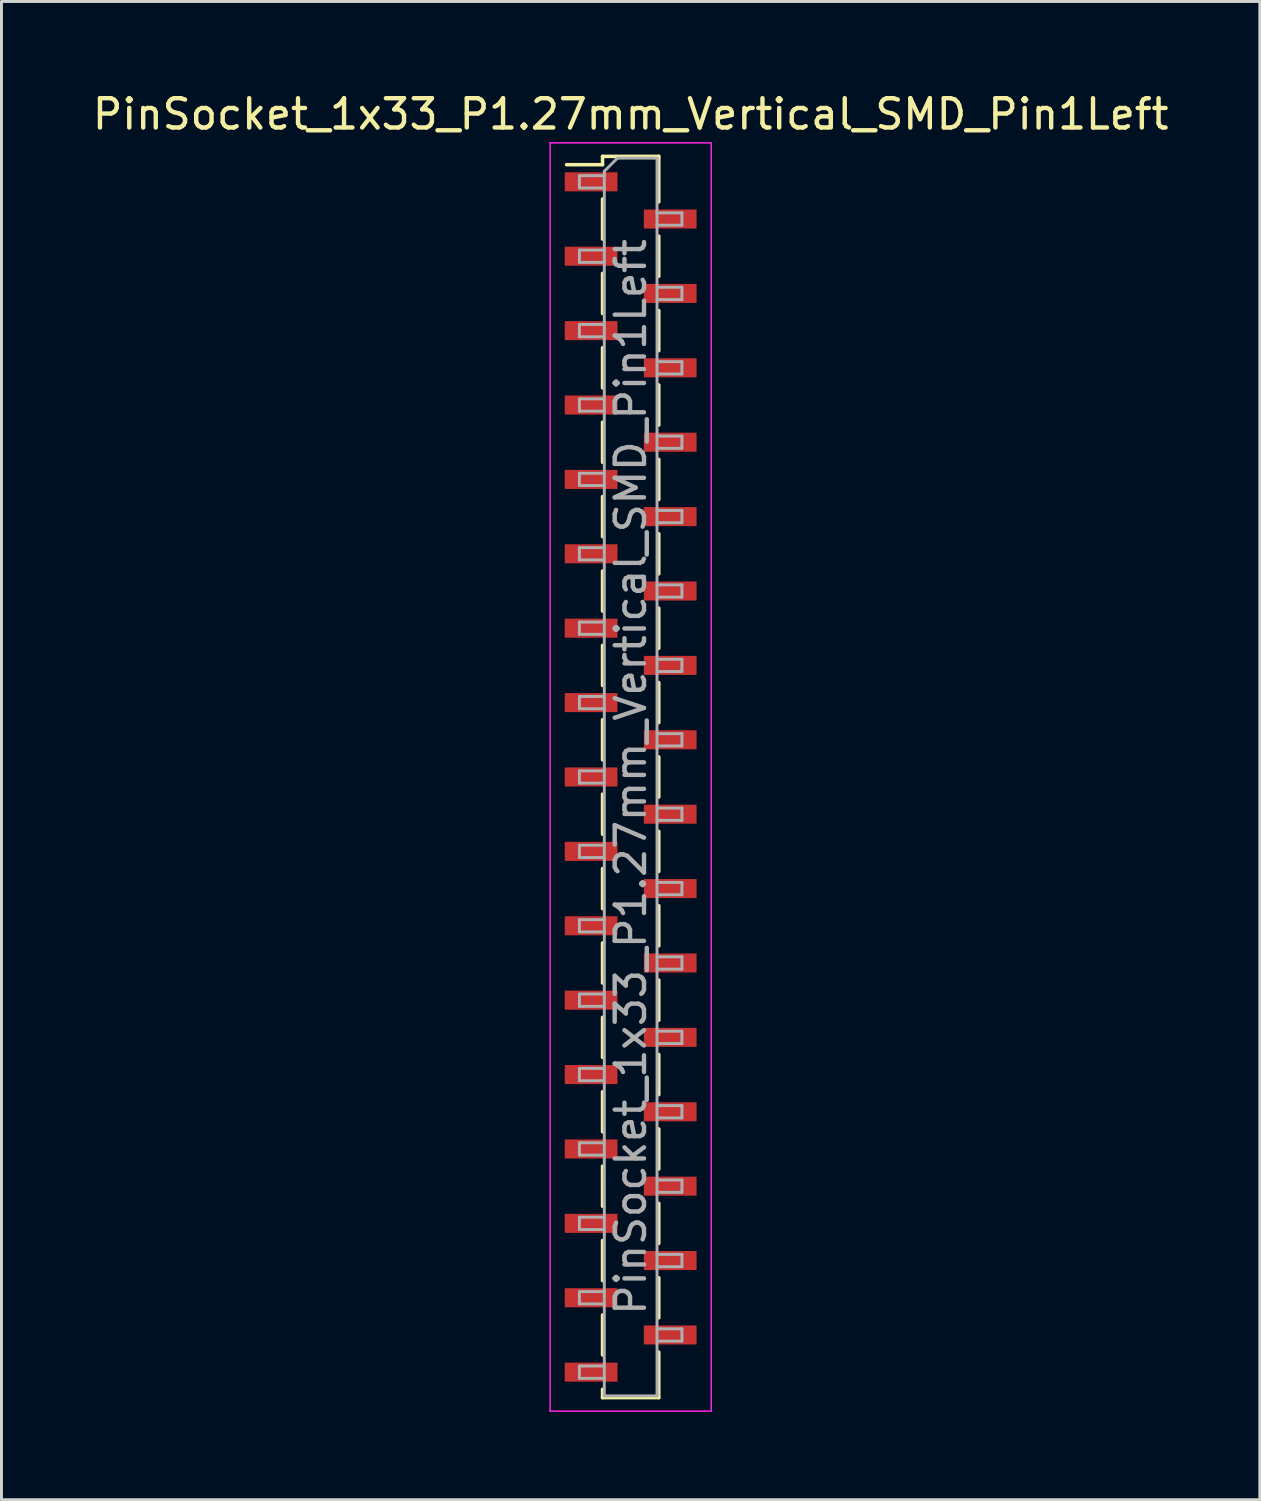
<source format=kicad_pcb>
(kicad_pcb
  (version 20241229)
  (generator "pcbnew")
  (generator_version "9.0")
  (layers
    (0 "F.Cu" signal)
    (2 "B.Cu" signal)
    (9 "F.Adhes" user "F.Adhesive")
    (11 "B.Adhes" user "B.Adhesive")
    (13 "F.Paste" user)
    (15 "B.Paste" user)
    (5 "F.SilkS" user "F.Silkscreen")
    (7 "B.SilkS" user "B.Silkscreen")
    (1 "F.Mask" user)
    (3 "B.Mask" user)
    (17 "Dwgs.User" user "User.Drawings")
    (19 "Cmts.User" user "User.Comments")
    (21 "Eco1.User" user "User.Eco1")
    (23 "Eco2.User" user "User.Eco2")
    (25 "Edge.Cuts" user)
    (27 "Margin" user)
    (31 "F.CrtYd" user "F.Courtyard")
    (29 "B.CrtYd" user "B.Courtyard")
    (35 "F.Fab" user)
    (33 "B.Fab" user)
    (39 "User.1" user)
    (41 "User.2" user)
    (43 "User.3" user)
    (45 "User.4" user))
  (footprint "PinSocket_1x33_P1.27mm_Vertical_SMD_Pin1Left"
    (layer "F.Cu")
    (at 18.482 23.478)
    (property "Reference" "PinSocket_1x33_P1.27mm_Vertical_SMD_Pin1Left" (at 0 -22.63 0) (layer "F.SilkS") (effects (font (size 1 1) (thickness 0.15))))
    (attr smd)
    (fp_line (start -2.19 -20.905) (end -0.96 -20.905) (stroke (width 0.12) (type solid)) (layer "F.SilkS"))
    (fp_line (start -0.96 -21.19) (end -0.96 -20.905) (stroke (width 0.12) (type solid)) (layer "F.SilkS"))
    (fp_line (start -0.96 -21.19) (end 0.96 -21.19) (stroke (width 0.12) (type solid)) (layer "F.SilkS"))
    (fp_line (start -0.96 -19.735) (end -0.96 -18.365) (stroke (width 0.12) (type solid)) (layer "F.SilkS"))
    (fp_line (start -0.96 -17.195) (end -0.96 -15.825) (stroke (width 0.12) (type solid)) (layer "F.SilkS"))
    (fp_line (start -0.96 -14.655) (end -0.96 -13.285) (stroke (width 0.12) (type solid)) (layer "F.SilkS"))
    (fp_line (start -0.96 -12.115) (end -0.96 -10.745) (stroke (width 0.12) (type solid)) (layer "F.SilkS"))
    (fp_line (start -0.96 -9.575) (end -0.96 -8.205) (stroke (width 0.12) (type solid)) (layer "F.SilkS"))
    (fp_line (start -0.96 -7.035) (end -0.96 -5.665) (stroke (width 0.12) (type solid)) (layer "F.SilkS"))
    (fp_line (start -0.96 -4.495) (end -0.96 -3.125) (stroke (width 0.12) (type solid)) (layer "F.SilkS"))
    (fp_line (start -0.96 -1.955) (end -0.96 -0.585) (stroke (width 0.12) (type solid)) (layer "F.SilkS"))
    (fp_line (start -0.96 0.585) (end -0.96 1.955) (stroke (width 0.12) (type solid)) (layer "F.SilkS"))
    (fp_line (start -0.96 3.125) (end -0.96 4.495) (stroke (width 0.12) (type solid)) (layer "F.SilkS"))
    (fp_line (start -0.96 5.665) (end -0.96 7.035) (stroke (width 0.12) (type solid)) (layer "F.SilkS"))
    (fp_line (start -0.96 8.205) (end -0.96 9.575) (stroke (width 0.12) (type solid)) (layer "F.SilkS"))
    (fp_line (start -0.96 10.745) (end -0.96 12.115) (stroke (width 0.12) (type solid)) (layer "F.SilkS"))
    (fp_line (start -0.96 13.285) (end -0.96 14.655) (stroke (width 0.12) (type solid)) (layer "F.SilkS"))
    (fp_line (start -0.96 15.825) (end -0.96 17.195) (stroke (width 0.12) (type solid)) (layer "F.SilkS"))
    (fp_line (start -0.96 18.365) (end -0.96 19.735) (stroke (width 0.12) (type solid)) (layer "F.SilkS"))
    (fp_line (start -0.96 20.905) (end -0.96 21.19) (stroke (width 0.12) (type solid)) (layer "F.SilkS"))
    (fp_line (start -0.96 21.19) (end 0.96 21.19) (stroke (width 0.12) (type solid)) (layer "F.SilkS"))
    (fp_line (start 0.96 -21.19) (end 0.96 -19.635) (stroke (width 0.12) (type solid)) (layer "F.SilkS"))
    (fp_line (start 0.96 -18.465) (end 0.96 -17.095) (stroke (width 0.12) (type solid)) (layer "F.SilkS"))
    (fp_line (start 0.96 -15.925) (end 0.96 -14.555) (stroke (width 0.12) (type solid)) (layer "F.SilkS"))
    (fp_line (start 0.96 -13.385) (end 0.96 -12.015) (stroke (width 0.12) (type solid)) (layer "F.SilkS"))
    (fp_line (start 0.96 -10.845) (end 0.96 -9.475) (stroke (width 0.12) (type solid)) (layer "F.SilkS"))
    (fp_line (start 0.96 -8.305) (end 0.96 -6.935) (stroke (width 0.12) (type solid)) (layer "F.SilkS"))
    (fp_line (start 0.96 -5.765) (end 0.96 -4.395) (stroke (width 0.12) (type solid)) (layer "F.SilkS"))
    (fp_line (start 0.96 -3.225) (end 0.96 -1.855) (stroke (width 0.12) (type solid)) (layer "F.SilkS"))
    (fp_line (start 0.96 -0.685) (end 0.96 0.685) (stroke (width 0.12) (type solid)) (layer "F.SilkS"))
    (fp_line (start 0.96 1.855) (end 0.96 3.225) (stroke (width 0.12) (type solid)) (layer "F.SilkS"))
    (fp_line (start 0.96 4.395) (end 0.96 5.765) (stroke (width 0.12) (type solid)) (layer "F.SilkS"))
    (fp_line (start 0.96 6.935) (end 0.96 8.305) (stroke (width 0.12) (type solid)) (layer "F.SilkS"))
    (fp_line (start 0.96 9.475) (end 0.96 10.845) (stroke (width 0.12) (type solid)) (layer "F.SilkS"))
    (fp_line (start 0.96 12.015) (end 0.96 13.385) (stroke (width 0.12) (type solid)) (layer "F.SilkS"))
    (fp_line (start 0.96 14.555) (end 0.96 15.925) (stroke (width 0.12) (type solid)) (layer "F.SilkS"))
    (fp_line (start 0.96 17.095) (end 0.96 18.465) (stroke (width 0.12) (type solid)) (layer "F.SilkS"))
    (fp_line (start 0.96 19.635) (end 0.96 21.19) (stroke (width 0.12) (type solid)) (layer "F.SilkS"))
    (fp_line (start -2.75 -21.65) (end 2.75 -21.65) (stroke (width 0.05) (type solid)) (layer "F.CrtYd"))
    (fp_line (start -2.75 21.65) (end -2.75 -21.65) (stroke (width 0.05) (type solid)) (layer "F.CrtYd"))
    (fp_line (start 2.75 -21.65) (end 2.75 21.65) (stroke (width 0.05) (type solid)) (layer "F.CrtYd"))
    (fp_line (start 2.75 21.65) (end -2.75 21.65) (stroke (width 0.05) (type solid)) (layer "F.CrtYd"))
    (fp_line (start -1.75 -20.53) (end -0.9 -20.53) (stroke (width 0.1) (type solid)) (layer "F.Fab"))
    (fp_line (start -1.75 -20.11) (end -1.75 -20.53) (stroke (width 0.1) (type solid)) (layer "F.Fab"))
    (fp_line (start -1.75 -17.99) (end -0.9 -17.99) (stroke (width 0.1) (type solid)) (layer "F.Fab"))
    (fp_line (start -1.75 -17.57) (end -1.75 -17.99) (stroke (width 0.1) (type solid)) (layer "F.Fab"))
    (fp_line (start -1.75 -15.45) (end -0.9 -15.45) (stroke (width 0.1) (type solid)) (layer "F.Fab"))
    (fp_line (start -1.75 -15.03) (end -1.75 -15.45) (stroke (width 0.1) (type solid)) (layer "F.Fab"))
    (fp_line (start -1.75 -12.91) (end -0.9 -12.91) (stroke (width 0.1) (type solid)) (layer "F.Fab"))
    (fp_line (start -1.75 -12.49) (end -1.75 -12.91) (stroke (width 0.1) (type solid)) (layer "F.Fab"))
    (fp_line (start -1.75 -10.37) (end -0.9 -10.37) (stroke (width 0.1) (type solid)) (layer "F.Fab"))
    (fp_line (start -1.75 -9.95) (end -1.75 -10.37) (stroke (width 0.1) (type solid)) (layer "F.Fab"))
    (fp_line (start -1.75 -7.83) (end -0.9 -7.83) (stroke (width 0.1) (type solid)) (layer "F.Fab"))
    (fp_line (start -1.75 -7.41) (end -1.75 -7.83) (stroke (width 0.1) (type solid)) (layer "F.Fab"))
    (fp_line (start -1.75 -5.29) (end -0.9 -5.29) (stroke (width 0.1) (type solid)) (layer "F.Fab"))
    (fp_line (start -1.75 -4.87) (end -1.75 -5.29) (stroke (width 0.1) (type solid)) (layer "F.Fab"))
    (fp_line (start -1.75 -2.75) (end -0.9 -2.75) (stroke (width 0.1) (type solid)) (layer "F.Fab"))
    (fp_line (start -1.75 -2.33) (end -1.75 -2.75) (stroke (width 0.1) (type solid)) (layer "F.Fab"))
    (fp_line (start -1.75 -0.21) (end -0.9 -0.21) (stroke (width 0.1) (type solid)) (layer "F.Fab"))
    (fp_line (start -1.75 0.21) (end -1.75 -0.21) (stroke (width 0.1) (type solid)) (layer "F.Fab"))
    (fp_line (start -1.75 2.33) (end -0.9 2.33) (stroke (width 0.1) (type solid)) (layer "F.Fab"))
    (fp_line (start -1.75 2.75) (end -1.75 2.33) (stroke (width 0.1) (type solid)) (layer "F.Fab"))
    (fp_line (start -1.75 4.87) (end -0.9 4.87) (stroke (width 0.1) (type solid)) (layer "F.Fab"))
    (fp_line (start -1.75 5.29) (end -1.75 4.87) (stroke (width 0.1) (type solid)) (layer "F.Fab"))
    (fp_line (start -1.75 7.41) (end -0.9 7.41) (stroke (width 0.1) (type solid)) (layer "F.Fab"))
    (fp_line (start -1.75 7.83) (end -1.75 7.41) (stroke (width 0.1) (type solid)) (layer "F.Fab"))
    (fp_line (start -1.75 9.95) (end -0.9 9.95) (stroke (width 0.1) (type solid)) (layer "F.Fab"))
    (fp_line (start -1.75 10.37) (end -1.75 9.95) (stroke (width 0.1) (type solid)) (layer "F.Fab"))
    (fp_line (start -1.75 12.49) (end -0.9 12.49) (stroke (width 0.1) (type solid)) (layer "F.Fab"))
    (fp_line (start -1.75 12.91) (end -1.75 12.49) (stroke (width 0.1) (type solid)) (layer "F.Fab"))
    (fp_line (start -1.75 15.03) (end -0.9 15.03) (stroke (width 0.1) (type solid)) (layer "F.Fab"))
    (fp_line (start -1.75 15.45) (end -1.75 15.03) (stroke (width 0.1) (type solid)) (layer "F.Fab"))
    (fp_line (start -1.75 17.57) (end -0.9 17.57) (stroke (width 0.1) (type solid)) (layer "F.Fab"))
    (fp_line (start -1.75 17.99) (end -1.75 17.57) (stroke (width 0.1) (type solid)) (layer "F.Fab"))
    (fp_line (start -1.75 20.11) (end -0.9 20.11) (stroke (width 0.1) (type solid)) (layer "F.Fab"))
    (fp_line (start -1.75 20.53) (end -1.75 20.11) (stroke (width 0.1) (type solid)) (layer "F.Fab"))
    (fp_line (start -0.9 -20.68) (end -0.45 -21.13) (stroke (width 0.1) (type solid)) (layer "F.Fab"))
    (fp_line (start -0.9 -20.11) (end -1.75 -20.11) (stroke (width 0.1) (type solid)) (layer "F.Fab"))
    (fp_line (start -0.9 -17.57) (end -1.75 -17.57) (stroke (width 0.1) (type solid)) (layer "F.Fab"))
    (fp_line (start -0.9 -15.03) (end -1.75 -15.03) (stroke (width 0.1) (type solid)) (layer "F.Fab"))
    (fp_line (start -0.9 -12.49) (end -1.75 -12.49) (stroke (width 0.1) (type solid)) (layer "F.Fab"))
    (fp_line (start -0.9 -9.95) (end -1.75 -9.95) (stroke (width 0.1) (type solid)) (layer "F.Fab"))
    (fp_line (start -0.9 -7.41) (end -1.75 -7.41) (stroke (width 0.1) (type solid)) (layer "F.Fab"))
    (fp_line (start -0.9 -4.87) (end -1.75 -4.87) (stroke (width 0.1) (type solid)) (layer "F.Fab"))
    (fp_line (start -0.9 -2.33) (end -1.75 -2.33) (stroke (width 0.1) (type solid)) (layer "F.Fab"))
    (fp_line (start -0.9 0.21) (end -1.75 0.21) (stroke (width 0.1) (type solid)) (layer "F.Fab"))
    (fp_line (start -0.9 2.75) (end -1.75 2.75) (stroke (width 0.1) (type solid)) (layer "F.Fab"))
    (fp_line (start -0.9 5.29) (end -1.75 5.29) (stroke (width 0.1) (type solid)) (layer "F.Fab"))
    (fp_line (start -0.9 7.83) (end -1.75 7.83) (stroke (width 0.1) (type solid)) (layer "F.Fab"))
    (fp_line (start -0.9 10.37) (end -1.75 10.37) (stroke (width 0.1) (type solid)) (layer "F.Fab"))
    (fp_line (start -0.9 12.91) (end -1.75 12.91) (stroke (width 0.1) (type solid)) (layer "F.Fab"))
    (fp_line (start -0.9 15.45) (end -1.75 15.45) (stroke (width 0.1) (type solid)) (layer "F.Fab"))
    (fp_line (start -0.9 17.99) (end -1.75 17.99) (stroke (width 0.1) (type solid)) (layer "F.Fab"))
    (fp_line (start -0.9 20.53) (end -1.75 20.53) (stroke (width 0.1) (type solid)) (layer "F.Fab"))
    (fp_line (start -0.9 21.13) (end -0.9 -20.68) (stroke (width 0.1) (type solid)) (layer "F.Fab"))
    (fp_line (start -0.45 -21.13) (end 0.9 -21.13) (stroke (width 0.1) (type solid)) (layer "F.Fab"))
    (fp_line (start 0.9 -21.13) (end 0.9 21.13) (stroke (width 0.1) (type solid)) (layer "F.Fab"))
    (fp_line (start 0.9 -19.26) (end 1.75 -19.26) (stroke (width 0.1) (type solid)) (layer "F.Fab"))
    (fp_line (start 0.9 -16.72) (end 1.75 -16.72) (stroke (width 0.1) (type solid)) (layer "F.Fab"))
    (fp_line (start 0.9 -14.18) (end 1.75 -14.18) (stroke (width 0.1) (type solid)) (layer "F.Fab"))
    (fp_line (start 0.9 -11.64) (end 1.75 -11.64) (stroke (width 0.1) (type solid)) (layer "F.Fab"))
    (fp_line (start 0.9 -9.1) (end 1.75 -9.1) (stroke (width 0.1) (type solid)) (layer "F.Fab"))
    (fp_line (start 0.9 -6.56) (end 1.75 -6.56) (stroke (width 0.1) (type solid)) (layer "F.Fab"))
    (fp_line (start 0.9 -4.02) (end 1.75 -4.02) (stroke (width 0.1) (type solid)) (layer "F.Fab"))
    (fp_line (start 0.9 -1.48) (end 1.75 -1.48) (stroke (width 0.1) (type solid)) (layer "F.Fab"))
    (fp_line (start 0.9 1.06) (end 1.75 1.06) (stroke (width 0.1) (type solid)) (layer "F.Fab"))
    (fp_line (start 0.9 3.6) (end 1.75 3.6) (stroke (width 0.1) (type solid)) (layer "F.Fab"))
    (fp_line (start 0.9 6.14) (end 1.75 6.14) (stroke (width 0.1) (type solid)) (layer "F.Fab"))
    (fp_line (start 0.9 8.68) (end 1.75 8.68) (stroke (width 0.1) (type solid)) (layer "F.Fab"))
    (fp_line (start 0.9 11.22) (end 1.75 11.22) (stroke (width 0.1) (type solid)) (layer "F.Fab"))
    (fp_line (start 0.9 13.76) (end 1.75 13.76) (stroke (width 0.1) (type solid)) (layer "F.Fab"))
    (fp_line (start 0.9 16.3) (end 1.75 16.3) (stroke (width 0.1) (type solid)) (layer "F.Fab"))
    (fp_line (start 0.9 18.84) (end 1.75 18.84) (stroke (width 0.1) (type solid)) (layer "F.Fab"))
    (fp_line (start 0.9 21.13) (end -0.9 21.13) (stroke (width 0.1) (type solid)) (layer "F.Fab"))
    (fp_line (start 1.75 -19.26) (end 1.75 -18.84) (stroke (width 0.1) (type solid)) (layer "F.Fab"))
    (fp_line (start 1.75 -18.84) (end 0.9 -18.84) (stroke (width 0.1) (type solid)) (layer "F.Fab"))
    (fp_line (start 1.75 -16.72) (end 1.75 -16.3) (stroke (width 0.1) (type solid)) (layer "F.Fab"))
    (fp_line (start 1.75 -16.3) (end 0.9 -16.3) (stroke (width 0.1) (type solid)) (layer "F.Fab"))
    (fp_line (start 1.75 -14.18) (end 1.75 -13.76) (stroke (width 0.1) (type solid)) (layer "F.Fab"))
    (fp_line (start 1.75 -13.76) (end 0.9 -13.76) (stroke (width 0.1) (type solid)) (layer "F.Fab"))
    (fp_line (start 1.75 -11.64) (end 1.75 -11.22) (stroke (width 0.1) (type solid)) (layer "F.Fab"))
    (fp_line (start 1.75 -11.22) (end 0.9 -11.22) (stroke (width 0.1) (type solid)) (layer "F.Fab"))
    (fp_line (start 1.75 -9.1) (end 1.75 -8.68) (stroke (width 0.1) (type solid)) (layer "F.Fab"))
    (fp_line (start 1.75 -8.68) (end 0.9 -8.68) (stroke (width 0.1) (type solid)) (layer "F.Fab"))
    (fp_line (start 1.75 -6.56) (end 1.75 -6.14) (stroke (width 0.1) (type solid)) (layer "F.Fab"))
    (fp_line (start 1.75 -6.14) (end 0.9 -6.14) (stroke (width 0.1) (type solid)) (layer "F.Fab"))
    (fp_line (start 1.75 -4.02) (end 1.75 -3.6) (stroke (width 0.1) (type solid)) (layer "F.Fab"))
    (fp_line (start 1.75 -3.6) (end 0.9 -3.6) (stroke (width 0.1) (type solid)) (layer "F.Fab"))
    (fp_line (start 1.75 -1.48) (end 1.75 -1.06) (stroke (width 0.1) (type solid)) (layer "F.Fab"))
    (fp_line (start 1.75 -1.06) (end 0.9 -1.06) (stroke (width 0.1) (type solid)) (layer "F.Fab"))
    (fp_line (start 1.75 1.06) (end 1.75 1.48) (stroke (width 0.1) (type solid)) (layer "F.Fab"))
    (fp_line (start 1.75 1.48) (end 0.9 1.48) (stroke (width 0.1) (type solid)) (layer "F.Fab"))
    (fp_line (start 1.75 3.6) (end 1.75 4.02) (stroke (width 0.1) (type solid)) (layer "F.Fab"))
    (fp_line (start 1.75 4.02) (end 0.9 4.02) (stroke (width 0.1) (type solid)) (layer "F.Fab"))
    (fp_line (start 1.75 6.14) (end 1.75 6.56) (stroke (width 0.1) (type solid)) (layer "F.Fab"))
    (fp_line (start 1.75 6.56) (end 0.9 6.56) (stroke (width 0.1) (type solid)) (layer "F.Fab"))
    (fp_line (start 1.75 8.68) (end 1.75 9.1) (stroke (width 0.1) (type solid)) (layer "F.Fab"))
    (fp_line (start 1.75 9.1) (end 0.9 9.1) (stroke (width 0.1) (type solid)) (layer "F.Fab"))
    (fp_line (start 1.75 11.22) (end 1.75 11.64) (stroke (width 0.1) (type solid)) (layer "F.Fab"))
    (fp_line (start 1.75 11.64) (end 0.9 11.64) (stroke (width 0.1) (type solid)) (layer "F.Fab"))
    (fp_line (start 1.75 13.76) (end 1.75 14.18) (stroke (width 0.1) (type solid)) (layer "F.Fab"))
    (fp_line (start 1.75 14.18) (end 0.9 14.18) (stroke (width 0.1) (type solid)) (layer "F.Fab"))
    (fp_line (start 1.75 16.3) (end 1.75 16.72) (stroke (width 0.1) (type solid)) (layer "F.Fab"))
    (fp_line (start 1.75 16.72) (end 0.9 16.72) (stroke (width 0.1) (type solid)) (layer "F.Fab"))
    (fp_line (start 1.75 18.84) (end 1.75 19.26) (stroke (width 0.1) (type solid)) (layer "F.Fab"))
    (fp_line (start 1.75 19.26) (end 0.9 19.26) (stroke (width 0.1) (type solid)) (layer "F.Fab"))
    (fp_text user "${REFERENCE}" (at 0 0 90) (layer "F.Fab") (effects (font (size 1 1) (thickness 0.15))))
    (pad "1" smd rect (at -1.35 -20.32) (size 1.8 0.65) (layers "F.Cu" "F.Mask" "F.Paste"))
    (pad "2" smd rect (at 1.35 -19.05) (size 1.8 0.65) (layers "F.Cu" "F.Mask" "F.Paste"))
    (pad "3" smd rect (at -1.35 -17.78) (size 1.8 0.65) (layers "F.Cu" "F.Mask" "F.Paste"))
    (pad "4" smd rect (at 1.35 -16.51) (size 1.8 0.65) (layers "F.Cu" "F.Mask" "F.Paste"))
    (pad "5" smd rect (at -1.35 -15.24) (size 1.8 0.65) (layers "F.Cu" "F.Mask" "F.Paste"))
    (pad "6" smd rect (at 1.35 -13.97) (size 1.8 0.65) (layers "F.Cu" "F.Mask" "F.Paste"))
    (pad "7" smd rect (at -1.35 -12.7) (size 1.8 0.65) (layers "F.Cu" "F.Mask" "F.Paste"))
    (pad "8" smd rect (at 1.35 -11.43) (size 1.8 0.65) (layers "F.Cu" "F.Mask" "F.Paste"))
    (pad "9" smd rect (at -1.35 -10.16) (size 1.8 0.65) (layers "F.Cu" "F.Mask" "F.Paste"))
    (pad "10" smd rect (at 1.35 -8.89) (size 1.8 0.65) (layers "F.Cu" "F.Mask" "F.Paste"))
    (pad "11" smd rect (at -1.35 -7.62) (size 1.8 0.65) (layers "F.Cu" "F.Mask" "F.Paste"))
    (pad "12" smd rect (at 1.35 -6.35) (size 1.8 0.65) (layers "F.Cu" "F.Mask" "F.Paste"))
    (pad "13" smd rect (at -1.35 -5.08) (size 1.8 0.65) (layers "F.Cu" "F.Mask" "F.Paste"))
    (pad "14" smd rect (at 1.35 -3.81) (size 1.8 0.65) (layers "F.Cu" "F.Mask" "F.Paste"))
    (pad "15" smd rect (at -1.35 -2.54) (size 1.8 0.65) (layers "F.Cu" "F.Mask" "F.Paste"))
    (pad "16" smd rect (at 1.35 -1.27) (size 1.8 0.65) (layers "F.Cu" "F.Mask" "F.Paste"))
    (pad "17" smd rect (at -1.35 0) (size 1.8 0.65) (layers "F.Cu" "F.Mask" "F.Paste"))
    (pad "18" smd rect (at 1.35 1.27) (size 1.8 0.65) (layers "F.Cu" "F.Mask" "F.Paste"))
    (pad "19" smd rect (at -1.35 2.54) (size 1.8 0.65) (layers "F.Cu" "F.Mask" "F.Paste"))
    (pad "20" smd rect (at 1.35 3.81) (size 1.8 0.65) (layers "F.Cu" "F.Mask" "F.Paste"))
    (pad "21" smd rect (at -1.35 5.08) (size 1.8 0.65) (layers "F.Cu" "F.Mask" "F.Paste"))
    (pad "22" smd rect (at 1.35 6.35) (size 1.8 0.65) (layers "F.Cu" "F.Mask" "F.Paste"))
    (pad "23" smd rect (at -1.35 7.62) (size 1.8 0.65) (layers "F.Cu" "F.Mask" "F.Paste"))
    (pad "24" smd rect (at 1.35 8.89) (size 1.8 0.65) (layers "F.Cu" "F.Mask" "F.Paste"))
    (pad "25" smd rect (at -1.35 10.16) (size 1.8 0.65) (layers "F.Cu" "F.Mask" "F.Paste"))
    (pad "26" smd rect (at 1.35 11.43) (size 1.8 0.65) (layers "F.Cu" "F.Mask" "F.Paste"))
    (pad "27" smd rect (at -1.35 12.7) (size 1.8 0.65) (layers "F.Cu" "F.Mask" "F.Paste"))
    (pad "28" smd rect (at 1.35 13.97) (size 1.8 0.65) (layers "F.Cu" "F.Mask" "F.Paste"))
    (pad "29" smd rect (at -1.35 15.24) (size 1.8 0.65) (layers "F.Cu" "F.Mask" "F.Paste"))
    (pad "30" smd rect (at 1.35 16.51) (size 1.8 0.65) (layers "F.Cu" "F.Mask" "F.Paste"))
    (pad "31" smd rect (at -1.35 17.78) (size 1.8 0.65) (layers "F.Cu" "F.Mask" "F.Paste"))
    (pad "32" smd rect (at 1.35 19.05) (size 1.8 0.65) (layers "F.Cu" "F.Mask" "F.Paste"))
    (pad "33" smd rect (at -1.35 20.32) (size 1.8 0.65) (layers "F.Cu" "F.Mask" "F.Paste")))
  (gr_rect
    (start -3 -3)
    (end 39.964 48.153)
    (stroke (width 0.1) (type default))
    (fill no)
    (layer "Edge.Cuts")))
</source>
